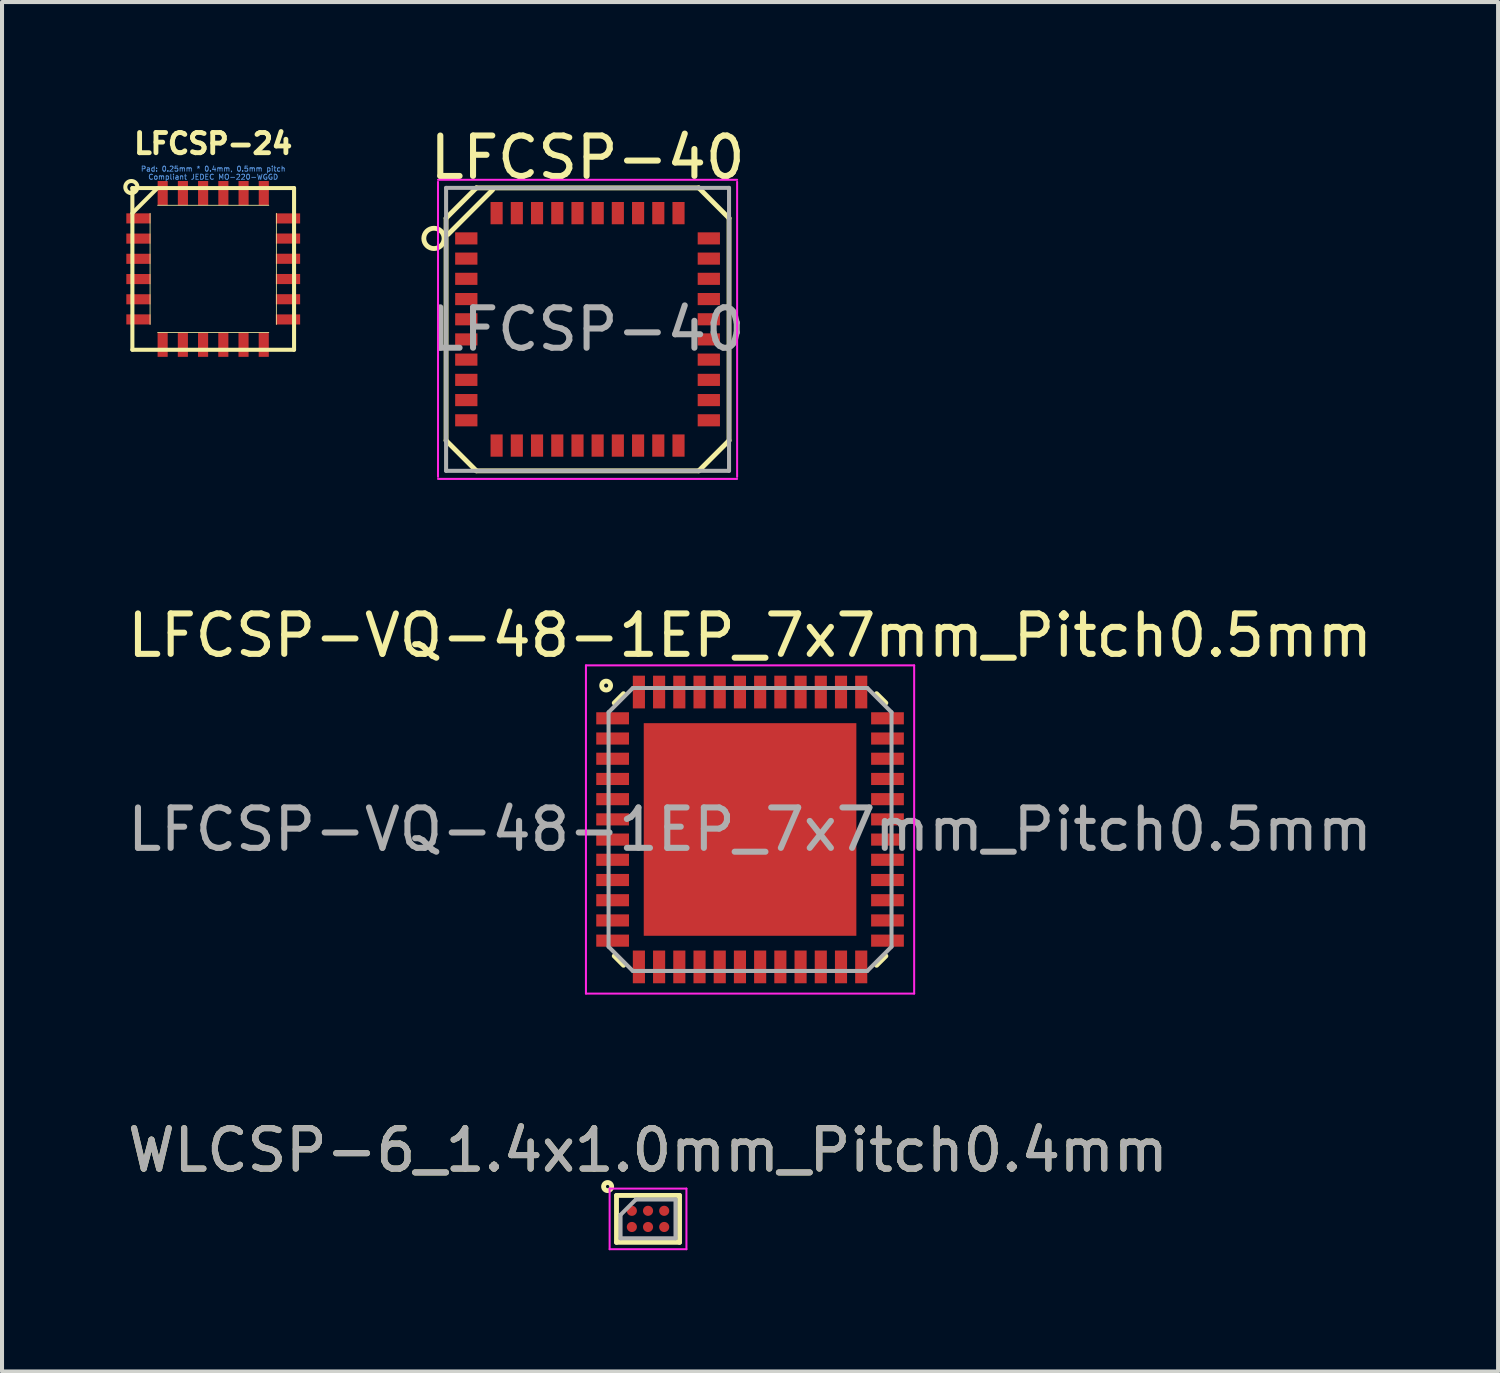
<source format=kicad_pcb>
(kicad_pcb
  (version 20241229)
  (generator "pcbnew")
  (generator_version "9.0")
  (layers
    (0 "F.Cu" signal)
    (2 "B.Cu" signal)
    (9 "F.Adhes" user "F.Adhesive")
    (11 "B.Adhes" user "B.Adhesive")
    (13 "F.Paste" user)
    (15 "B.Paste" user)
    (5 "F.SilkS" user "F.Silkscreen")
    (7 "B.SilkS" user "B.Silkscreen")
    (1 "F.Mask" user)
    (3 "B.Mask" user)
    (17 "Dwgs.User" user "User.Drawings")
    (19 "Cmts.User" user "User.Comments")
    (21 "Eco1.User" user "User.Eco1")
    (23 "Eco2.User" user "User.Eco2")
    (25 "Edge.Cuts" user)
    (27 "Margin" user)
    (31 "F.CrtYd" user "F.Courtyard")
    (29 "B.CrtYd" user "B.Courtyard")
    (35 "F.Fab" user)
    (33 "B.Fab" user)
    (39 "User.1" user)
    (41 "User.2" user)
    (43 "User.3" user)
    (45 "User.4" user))
  (footprint "LFCSP-24"
    (layer "F.Cu")
    (at 2.225 3.603)
    (property "Reference" "LFCSP-24" (at 0 -3.1 0) (layer "F.SilkS") (effects (font (size 0.5 0.5) (thickness 0.12))))
    (attr smd)
    (fp_line (start -2 -2) (end -2 2) (stroke (width 0.1) (type solid)) (layer "F.SilkS"))
    (fp_line (start -2 -2) (end 2 -2) (stroke (width 0.1) (type solid)) (layer "F.SilkS"))
    (fp_line (start -2 -1.38) (end -1.38 -2) (stroke (width 0.1) (type solid)) (layer "F.SilkS"))
    (fp_line (start -2 2) (end 2 2) (stroke (width 0.1) (type solid)) (layer "F.SilkS"))
    (fp_line (start -1.562 1.375) (end -1.562 -1.375) (stroke (width 0.02) (type solid)) (layer "F.SilkS"))
    (fp_line (start -1.375 -1.575) (end 1.375 -1.575) (stroke (width 0.02) (type solid)) (layer "F.SilkS"))
    (fp_line (start 1.375 1.575) (end -1.375 1.575) (stroke (width 0.02) (type solid)) (layer "F.SilkS"))
    (fp_line (start 1.562 -1.375) (end 1.562 1.375) (stroke (width 0.02) (type solid)) (layer "F.SilkS"))
    (fp_line (start 2 -2) (end 2 2) (stroke (width 0.1) (type solid)) (layer "F.SilkS"))
    (fp_circle (center -2.025 -2.025) (end -2.175 -2.025) (stroke (width 0.1) (type solid)) (fill no) (layer "F.SilkS"))
    (fp_text user "Pad: 0.25mm * 0.4mm, 0.5mm pitch" (at 0 -2.475 0) (layer "Cmts.User") (effects (font (size 0.127 0.127) (thickness 0.02))))
    (fp_text user "Compliant JEDEC MO-220-WGGD" (at 0 -2.275 0) (layer "Cmts.User") (effects (font (size 0.127 0.127) (thickness 0.02))))
    (pad "1" smd rect (at -1.85 -1.25 270) (size 0.25 0.6) (layers "F.Cu" "F.Mask" "F.Paste"))
    (pad "2" smd rect (at -1.85 -0.75 270) (size 0.25 0.6) (layers "F.Cu" "F.Mask" "F.Paste"))
    (pad "3" smd rect (at -1.85 -0.25 270) (size 0.25 0.6) (layers "F.Cu" "F.Mask" "F.Paste"))
    (pad "4" smd rect (at -1.85 0.251 270) (size 0.25 0.6) (layers "F.Cu" "F.Mask" "F.Paste"))
    (pad "5" smd rect (at -1.85 0.751 270) (size 0.25 0.6) (layers "F.Cu" "F.Mask" "F.Paste"))
    (pad "6" smd rect (at -1.85 1.249 270) (size 0.25 0.6) (layers "F.Cu" "F.Mask" "F.Paste"))
    (pad "7" smd rect (at -1.251 1.875 180) (size 0.25 0.6) (layers "F.Cu" "F.Mask" "F.Paste"))
    (pad "8" smd rect (at -0.751 1.875 180) (size 0.25 0.6) (layers "F.Cu" "F.Mask" "F.Paste"))
    (pad "9" smd rect (at -0.251 1.875 180) (size 0.25 0.6) (layers "F.Cu" "F.Mask" "F.Paste"))
    (pad "10" smd rect (at 0.25 1.875 180) (size 0.25 0.6) (layers "F.Cu" "F.Mask" "F.Paste"))
    (pad "11" smd rect (at 0.75 1.875 180) (size 0.25 0.6) (layers "F.Cu" "F.Mask" "F.Paste"))
    (pad "12" smd rect (at 1.25 1.875 180) (size 0.25 0.6) (layers "F.Cu" "F.Mask" "F.Paste"))
    (pad "13" smd rect (at 1.85 1.25 90) (size 0.25 0.6) (layers "F.Cu" "F.Mask" "F.Paste"))
    (pad "14" smd rect (at 1.85 0.75 90) (size 0.25 0.6) (layers "F.Cu" "F.Mask" "F.Paste"))
    (pad "15" smd rect (at 1.85 0.25 90) (size 0.25 0.6) (layers "F.Cu" "F.Mask" "F.Paste"))
    (pad "16" smd rect (at 1.85 -0.251 90) (size 0.25 0.6) (layers "F.Cu" "F.Mask" "F.Paste"))
    (pad "17" smd rect (at 1.85 -0.751 90) (size 0.25 0.6) (layers "F.Cu" "F.Mask" "F.Paste"))
    (pad "18" smd rect (at 1.85 -1.249 90) (size 0.25 0.6) (layers "F.Cu" "F.Mask" "F.Paste"))
    (pad "19" smd rect (at 1.251 -1.875) (size 0.25 0.6) (layers "F.Cu" "F.Mask" "F.Paste"))
    (pad "20" smd rect (at 0.751 -1.875) (size 0.25 0.6) (layers "F.Cu" "F.Mask" "F.Paste"))
    (pad "21" smd rect (at 0.251 -1.875) (size 0.25 0.6) (layers "F.Cu" "F.Mask" "F.Paste"))
    (pad "22" smd rect (at -0.25 -1.875) (size 0.25 0.6) (layers "F.Cu" "F.Mask" "F.Paste"))
    (pad "23" smd rect (at -0.75 -1.875) (size 0.25 0.6) (layers "F.Cu" "F.Mask" "F.Paste"))
    (pad "24" smd rect (at -1.25 -1.875) (size 0.25 0.6) (layers "F.Cu" "F.Mask" "F.Paste")))
  (footprint "WLCSP-6_1.4x1.0mm_Pitch0.4mm"
    (layer "F.Cu")
    (at 12.982 27.105)
    (property "Reference" "WLCSP-6_1.4x1.0mm_Pitch0.4mm" (at 0 -1.7 0) (layer "F.SilkS") (effects (font (size 1 1) (thickness 0.15))))
    (attr smd)
    (fp_line (start -0.78 -0.58) (end 0.78 -0.58) (stroke (width 0.12) (type solid)) (layer "F.SilkS"))
    (fp_line (start -0.78 0.58) (end -0.78 -0.58) (stroke (width 0.12) (type solid)) (layer "F.SilkS"))
    (fp_line (start 0.78 -0.58) (end 0.78 0.58) (stroke (width 0.12) (type solid)) (layer "F.SilkS"))
    (fp_line (start 0.78 0.58) (end -0.78 0.58) (stroke (width 0.12) (type solid)) (layer "F.SilkS"))
    (fp_circle (center -1 -0.8) (end -0.9 -0.8) (stroke (width 0.12) (type solid)) (fill no) (layer "F.SilkS"))
    (fp_line (start -0.95 -0.75) (end 0.95 -0.75) (stroke (width 0.05) (type solid)) (layer "F.CrtYd"))
    (fp_line (start -0.95 0.75) (end -0.95 -0.75) (stroke (width 0.05) (type solid)) (layer "F.CrtYd"))
    (fp_line (start 0.95 -0.75) (end 0.95 0.75) (stroke (width 0.05) (type solid)) (layer "F.CrtYd"))
    (fp_line (start 0.95 0.75) (end -0.95 0.75) (stroke (width 0.05) (type solid)) (layer "F.CrtYd"))
    (fp_line (start -0.68 -0.1) (end -0.3 -0.48) (stroke (width 0.1) (type solid)) (layer "F.Fab"))
    (fp_line (start -0.68 0.48) (end -0.68 -0.1) (stroke (width 0.1) (type solid)) (layer "F.Fab"))
    (fp_line (start -0.3 -0.48) (end 0.68 -0.48) (stroke (width 0.1) (type solid)) (layer "F.Fab"))
    (fp_line (start 0.68 -0.48) (end 0.68 0.48) (stroke (width 0.1) (type solid)) (layer "F.Fab"))
    (fp_line (start 0.68 0.48) (end -0.68 0.48) (stroke (width 0.1) (type solid)) (layer "F.Fab"))
    (fp_text user "${REFERENCE}" (at 0 -1.7 0) (layer "F.Fab") (effects (font (size 1 1) (thickness 0.15))))
    (pad "A1" smd circle (at -0.4 -0.2 90) (size 0.25 0.25) (layers "F.Cu" "F.Mask" "F.Paste"))
    (pad "A2" smd circle (at -0.4 0.2 90) (size 0.25 0.25) (layers "F.Cu" "F.Mask" "F.Paste"))
    (pad "B1" smd circle (at 0 -0.2 90) (size 0.25 0.25) (layers "F.Cu" "F.Mask" "F.Paste"))
    (pad "B2" smd circle (at 0 0.2 90) (size 0.25 0.25) (layers "F.Cu" "F.Mask" "F.Paste"))
    (pad "C1" smd circle (at 0.4 -0.2 90) (size 0.25 0.25) (layers "F.Cu" "F.Mask" "F.Paste"))
    (pad "C2" smd circle (at 0.4 0.2 90) (size 0.25 0.25) (layers "F.Cu" "F.Mask" "F.Paste")))
  (footprint "LFCSP-40"
    (layer "F.Cu")
    (at 11.486 5.098)
    (property "Reference" "LFCSP-40" (at 0 -4.25 0) (layer "F.SilkS") (effects (font (size 1 1) (thickness 0.15))))
    (attr smd)
    (fp_line (start -3.5 -2.751) (end -2.751 -3.5) (stroke (width 0.12) (type solid)) (layer "F.SilkS"))
    (fp_line (start -3.5 2.751) (end -3.5 -2.751) (stroke (width 0.12) (type solid)) (layer "F.SilkS"))
    (fp_line (start -3.45 -2.35) (end -2.35 -3.45) (stroke (width 0.12) (type solid)) (layer "F.SilkS"))
    (fp_line (start -2.751 -3.5) (end 2.751 -3.5) (stroke (width 0.12) (type solid)) (layer "F.SilkS"))
    (fp_line (start -2.751 3.5) (end -3.5 2.751) (stroke (width 0.12) (type solid)) (layer "F.SilkS"))
    (fp_line (start 2.751 -3.5) (end 3.5 -2.751) (stroke (width 0.12) (type solid)) (layer "F.SilkS"))
    (fp_line (start 2.751 3.5) (end -2.751 3.5) (stroke (width 0.12) (type solid)) (layer "F.SilkS"))
    (fp_line (start 2.751 3.5) (end 3.5 2.751) (stroke (width 0.12) (type solid)) (layer "F.SilkS"))
    (fp_line (start 3.5 -2.751) (end 3.5 2.751) (stroke (width 0.12) (type solid)) (layer "F.SilkS"))
    (fp_circle (center -3.8 -2.25) (end -4.051 -2.25) (stroke (width 0.12) (type solid)) (fill no) (layer "F.SilkS"))
    (fp_line (start -3.7 -3.7) (end 3.7 -3.7) (stroke (width 0.05) (type solid)) (layer "F.CrtYd"))
    (fp_line (start -3.7 3.65) (end -3.7 -3.65) (stroke (width 0.05) (type solid)) (layer "F.CrtYd"))
    (fp_line (start 3.7 -3.65) (end 3.7 3.65) (stroke (width 0.05) (type solid)) (layer "F.CrtYd"))
    (fp_line (start 3.7 3.7) (end -3.7 3.7) (stroke (width 0.05) (type solid)) (layer "F.CrtYd"))
    (fp_line (start -3.5 -3.5) (end 3.5 -3.5) (stroke (width 0.1) (type solid)) (layer "F.Fab"))
    (fp_line (start -3.5 3.5) (end -3.5 -3.5) (stroke (width 0.1) (type solid)) (layer "F.Fab"))
    (fp_line (start 3.5 -3.5) (end 3.5 3.5) (stroke (width 0.1) (type solid)) (layer "F.Fab"))
    (fp_line (start 3.5 3.5) (end -3.5 3.5) (stroke (width 0.1) (type solid)) (layer "F.Fab"))
    (fp_text user "${REFERENCE}" (at 0 0 0) (layer "F.Fab") (effects (font (size 1 1) (thickness 0.15))))
    (pad "1" smd rect (at -3 -2.25 270) (size 0.3 0.551) (layers "F.Cu" "F.Mask" "F.Paste"))
    (pad "2" smd rect (at -3 -1.75 270) (size 0.3 0.551) (layers "F.Cu" "F.Mask" "F.Paste"))
    (pad "3" smd rect (at -3 -1.25 270) (size 0.3 0.551) (layers "F.Cu" "F.Mask" "F.Paste"))
    (pad "4" smd rect (at -3 -0.749 270) (size 0.3 0.551) (layers "F.Cu" "F.Mask" "F.Paste"))
    (pad "5" smd rect (at -3 -0.249 270) (size 0.3 0.551) (layers "F.Cu" "F.Mask" "F.Paste"))
    (pad "6" smd rect (at -3 0.249 270) (size 0.3 0.551) (layers "F.Cu" "F.Mask" "F.Paste"))
    (pad "7" smd rect (at -3 0.749 270) (size 0.3 0.551) (layers "F.Cu" "F.Mask" "F.Paste"))
    (pad "8" smd rect (at -3 1.25 270) (size 0.3 0.551) (layers "F.Cu" "F.Mask" "F.Paste"))
    (pad "9" smd rect (at -3 1.75 270) (size 0.3 0.551) (layers "F.Cu" "F.Mask" "F.Paste"))
    (pad "10" smd rect (at -3 2.25 270) (size 0.3 0.551) (layers "F.Cu" "F.Mask" "F.Paste"))
    (pad "11" smd rect (at -2.25 2.875) (size 0.3 0.551) (layers "F.Cu" "F.Mask" "F.Paste"))
    (pad "12" smd rect (at -1.75 2.875) (size 0.3 0.551) (layers "F.Cu" "F.Mask" "F.Paste"))
    (pad "13" smd rect (at -1.25 2.875) (size 0.3 0.551) (layers "F.Cu" "F.Mask" "F.Paste"))
    (pad "14" smd rect (at -0.749 2.875) (size 0.3 0.551) (layers "F.Cu" "F.Mask" "F.Paste"))
    (pad "15" smd rect (at -0.249 2.875) (size 0.3 0.551) (layers "F.Cu" "F.Mask" "F.Paste"))
    (pad "16" smd rect (at 0.249 2.875) (size 0.3 0.551) (layers "F.Cu" "F.Mask" "F.Paste"))
    (pad "17" smd rect (at 0.749 2.875) (size 0.3 0.551) (layers "F.Cu" "F.Mask" "F.Paste"))
    (pad "18" smd rect (at 1.25 2.875) (size 0.3 0.551) (layers "F.Cu" "F.Mask" "F.Paste"))
    (pad "19" smd rect (at 1.75 2.875) (size 0.3 0.551) (layers "F.Cu" "F.Mask" "F.Paste"))
    (pad "20" smd rect (at 2.25 2.875) (size 0.3 0.551) (layers "F.Cu" "F.Mask" "F.Paste"))
    (pad "21" smd rect (at 3 2.25 270) (size 0.3 0.551) (layers "F.Cu" "F.Mask" "F.Paste"))
    (pad "22" smd rect (at 3 1.75 270) (size 0.3 0.551) (layers "F.Cu" "F.Mask" "F.Paste"))
    (pad "23" smd rect (at 3 1.25 270) (size 0.3 0.551) (layers "F.Cu" "F.Mask" "F.Paste"))
    (pad "24" smd rect (at 3 0.749 270) (size 0.3 0.551) (layers "F.Cu" "F.Mask" "F.Paste"))
    (pad "25" smd rect (at 3 0.249 270) (size 0.3 0.551) (layers "F.Cu" "F.Mask" "F.Paste"))
    (pad "26" smd rect (at 3 -0.249 270) (size 0.3 0.551) (layers "F.Cu" "F.Mask" "F.Paste"))
    (pad "27" smd rect (at 3 -0.749 270) (size 0.3 0.551) (layers "F.Cu" "F.Mask" "F.Paste"))
    (pad "28" smd rect (at 3 -1.25 270) (size 0.3 0.551) (layers "F.Cu" "F.Mask" "F.Paste"))
    (pad "29" smd rect (at 3 -1.75 270) (size 0.3 0.551) (layers "F.Cu" "F.Mask" "F.Paste"))
    (pad "30" smd rect (at 3 -2.25 270) (size 0.3 0.551) (layers "F.Cu" "F.Mask" "F.Paste"))
    (pad "31" smd rect (at 2.25 -2.875) (size 0.3 0.551) (layers "F.Cu" "F.Mask" "F.Paste"))
    (pad "32" smd rect (at 1.75 -2.875) (size 0.3 0.551) (layers "F.Cu" "F.Mask" "F.Paste"))
    (pad "33" smd rect (at 1.25 -2.875) (size 0.3 0.551) (layers "F.Cu" "F.Mask" "F.Paste"))
    (pad "34" smd rect (at 0.749 -2.875) (size 0.3 0.551) (layers "F.Cu" "F.Mask" "F.Paste"))
    (pad "35" smd rect (at 0.251 -2.875) (size 0.3 0.551) (layers "F.Cu" "F.Mask" "F.Paste"))
    (pad "36" smd rect (at -0.249 -2.875) (size 0.3 0.551) (layers "F.Cu" "F.Mask" "F.Paste"))
    (pad "37" smd rect (at -0.749 -2.875) (size 0.3 0.551) (layers "F.Cu" "F.Mask" "F.Paste"))
    (pad "38" smd rect (at -1.25 -2.875) (size 0.3 0.551) (layers "F.Cu" "F.Mask" "F.Paste"))
    (pad "39" smd rect (at -1.75 -2.875) (size 0.3 0.551) (layers "F.Cu" "F.Mask" "F.Paste"))
    (pad "40" smd rect (at -2.25 -2.875) (size 0.3 0.551) (layers "F.Cu" "F.Mask" "F.Paste")))
  (footprint "LFCSP-VQ-48-1EP_7x7mm_Pitch0.5mm"
    (layer "F.Cu")
    (at 15.506 17.471)
    (property "Reference" "LFCSP-VQ-48-1EP_7x7mm_Pitch0.5mm" (at 0 -4.8 0) (layer "F.SilkS") (effects (font (size 1 1) (thickness 0.15))))
    (attr smd)
    (fp_line (start -3.13 -3.36) (end -3.36 -3.13) (stroke (width 0.12) (type solid)) (layer "F.SilkS"))
    (fp_line (start -3.13 3.36) (end -3.36 3.13) (stroke (width 0.12) (type solid)) (layer "F.SilkS"))
    (fp_line (start 3.13 -3.36) (end 3.36 -3.13) (stroke (width 0.12) (type solid)) (layer "F.SilkS"))
    (fp_line (start 3.13 3.36) (end 3.36 3.13) (stroke (width 0.12) (type solid)) (layer "F.SilkS"))
    (fp_circle (center -3.56 -3.56) (end -3.51 -3.56) (stroke (width 0.12) (type solid)) (fill no) (layer "F.SilkS"))
    (fp_line (start -4.06 -4.06) (end 4.06 -4.06) (stroke (width 0.05) (type solid)) (layer "F.CrtYd"))
    (fp_line (start -4.06 4.06) (end -4.06 -4.06) (stroke (width 0.05) (type solid)) (layer "F.CrtYd"))
    (fp_line (start 4.06 -4.06) (end 4.06 4.06) (stroke (width 0.05) (type solid)) (layer "F.CrtYd"))
    (fp_line (start 4.06 4.06) (end -4.06 4.06) (stroke (width 0.05) (type solid)) (layer "F.CrtYd"))
    (fp_line (start -3.5 -2.9) (end -2.9 -3.5) (stroke (width 0.1) (type solid)) (layer "F.Fab"))
    (fp_line (start -3.5 2.9) (end -3.5 -2.9) (stroke (width 0.1) (type solid)) (layer "F.Fab"))
    (fp_line (start -2.9 -3.5) (end 2.9 -3.5) (stroke (width 0.1) (type solid)) (layer "F.Fab"))
    (fp_line (start -2.9 3.5) (end -3.5 2.9) (stroke (width 0.1) (type solid)) (layer "F.Fab"))
    (fp_line (start 2.9 -3.5) (end 3.5 -2.9) (stroke (width 0.1) (type solid)) (layer "F.Fab"))
    (fp_line (start 2.9 3.5) (end -2.9 3.5) (stroke (width 0.1) (type solid)) (layer "F.Fab"))
    (fp_line (start 2.9 3.5) (end 3.5 2.9) (stroke (width 0.1) (type solid)) (layer "F.Fab"))
    (fp_line (start 3.5 -2.9) (end 3.5 2.9) (stroke (width 0.1) (type solid)) (layer "F.Fab"))
    (fp_text user "${REFERENCE}" (at 0 0 0) (layer "F.Fab") (effects (font (size 1 1) (thickness 0.15))))
    (pad "1" smd rect (at -3.4 -2.75) (size 0.81 0.3) (layers "F.Cu" "F.Mask" "F.Paste"))
    (pad "2" smd rect (at -3.4 -2.25) (size 0.81 0.3) (layers "F.Cu" "F.Mask" "F.Paste"))
    (pad "3" smd rect (at -3.4 -1.75) (size 0.81 0.3) (layers "F.Cu" "F.Mask" "F.Paste"))
    (pad "4" smd rect (at -3.4 -1.25) (size 0.81 0.3) (layers "F.Cu" "F.Mask" "F.Paste"))
    (pad "5" smd rect (at -3.4 -0.75) (size 0.81 0.3) (layers "F.Cu" "F.Mask" "F.Paste"))
    (pad "6" smd rect (at -3.4 -0.25) (size 0.81 0.3) (layers "F.Cu" "F.Mask" "F.Paste"))
    (pad "7" smd rect (at -3.4 0.25) (size 0.81 0.3) (layers "F.Cu" "F.Mask" "F.Paste"))
    (pad "8" smd rect (at -3.4 0.75) (size 0.81 0.3) (layers "F.Cu" "F.Mask" "F.Paste"))
    (pad "9" smd rect (at -3.4 1.25) (size 0.81 0.3) (layers "F.Cu" "F.Mask" "F.Paste"))
    (pad "10" smd rect (at -3.4 1.75) (size 0.81 0.3) (layers "F.Cu" "F.Mask" "F.Paste"))
    (pad "11" smd rect (at -3.4 2.25) (size 0.81 0.3) (layers "F.Cu" "F.Mask" "F.Paste"))
    (pad "12" smd rect (at -3.4 2.75) (size 0.81 0.3) (layers "F.Cu" "F.Mask" "F.Paste"))
    (pad "13" smd rect (at -2.75 3.4) (size 0.3 0.81) (layers "F.Cu" "F.Mask" "F.Paste"))
    (pad "14" smd rect (at -2.25 3.4) (size 0.3 0.81) (layers "F.Cu" "F.Mask" "F.Paste"))
    (pad "15" smd rect (at -1.75 3.4) (size 0.3 0.81) (layers "F.Cu" "F.Mask" "F.Paste"))
    (pad "16" smd rect (at -1.25 3.4) (size 0.3 0.81) (layers "F.Cu" "F.Mask" "F.Paste"))
    (pad "17" smd rect (at -0.75 3.4) (size 0.3 0.81) (layers "F.Cu" "F.Mask" "F.Paste"))
    (pad "18" smd rect (at -0.25 3.4) (size 0.3 0.81) (layers "F.Cu" "F.Mask" "F.Paste"))
    (pad "19" smd rect (at 0.25 3.4) (size 0.3 0.81) (layers "F.Cu" "F.Mask" "F.Paste"))
    (pad "20" smd rect (at 0.75 3.4) (size 0.3 0.81) (layers "F.Cu" "F.Mask" "F.Paste"))
    (pad "21" smd rect (at 1.25 3.4) (size 0.3 0.81) (layers "F.Cu" "F.Mask" "F.Paste"))
    (pad "22" smd rect (at 1.75 3.4) (size 0.3 0.81) (layers "F.Cu" "F.Mask" "F.Paste"))
    (pad "23" smd rect (at 2.25 3.4) (size 0.3 0.81) (layers "F.Cu" "F.Mask" "F.Paste"))
    (pad "24" smd rect (at 2.75 3.4) (size 0.3 0.81) (layers "F.Cu" "F.Mask" "F.Paste"))
    (pad "25" smd rect (at 3.4 2.75) (size 0.81 0.3) (layers "F.Cu" "F.Mask" "F.Paste"))
    (pad "26" smd rect (at 3.4 2.25) (size 0.81 0.3) (layers "F.Cu" "F.Mask" "F.Paste"))
    (pad "27" smd rect (at 3.4 1.75) (size 0.81 0.3) (layers "F.Cu" "F.Mask" "F.Paste"))
    (pad "28" smd rect (at 3.4 1.25) (size 0.81 0.3) (layers "F.Cu" "F.Mask" "F.Paste"))
    (pad "29" smd rect (at 3.4 0.75) (size 0.81 0.3) (layers "F.Cu" "F.Mask" "F.Paste"))
    (pad "30" smd rect (at 3.4 0.25) (size 0.81 0.3) (layers "F.Cu" "F.Mask" "F.Paste"))
    (pad "31" smd rect (at 3.4 -0.25) (size 0.81 0.3) (layers "F.Cu" "F.Mask" "F.Paste"))
    (pad "32" smd rect (at 3.4 -0.75) (size 0.81 0.3) (layers "F.Cu" "F.Mask" "F.Paste"))
    (pad "33" smd rect (at 3.4 -1.25) (size 0.81 0.3) (layers "F.Cu" "F.Mask" "F.Paste"))
    (pad "34" smd rect (at 3.4 -1.75) (size 0.81 0.3) (layers "F.Cu" "F.Mask" "F.Paste"))
    (pad "35" smd rect (at 3.4 -2.25) (size 0.81 0.3) (layers "F.Cu" "F.Mask" "F.Paste"))
    (pad "36" smd rect (at 3.4 -2.75) (size 0.81 0.3) (layers "F.Cu" "F.Mask" "F.Paste"))
    (pad "37" smd rect (at 2.75 -3.4) (size 0.3 0.81) (layers "F.Cu" "F.Mask" "F.Paste"))
    (pad "38" smd rect (at 2.25 -3.4) (size 0.3 0.81) (layers "F.Cu" "F.Mask" "F.Paste"))
    (pad "39" smd rect (at 1.75 -3.4) (size 0.3 0.81) (layers "F.Cu" "F.Mask" "F.Paste"))
    (pad "40" smd rect (at 1.25 -3.4) (size 0.3 0.81) (layers "F.Cu" "F.Mask" "F.Paste"))
    (pad "41" smd rect (at 0.75 -3.4) (size 0.3 0.81) (layers "F.Cu" "F.Mask" "F.Paste"))
    (pad "42" smd rect (at 0.25 -3.4) (size 0.3 0.81) (layers "F.Cu" "F.Mask" "F.Paste"))
    (pad "43" smd rect (at -0.25 -3.4) (size 0.3 0.81) (layers "F.Cu" "F.Mask" "F.Paste"))
    (pad "44" smd rect (at -0.75 -3.4) (size 0.3 0.81) (layers "F.Cu" "F.Mask" "F.Paste"))
    (pad "45" smd rect (at -1.25 -3.4) (size 0.3 0.81) (layers "F.Cu" "F.Mask" "F.Paste"))
    (pad "46" smd rect (at -1.75 -3.4) (size 0.3 0.81) (layers "F.Cu" "F.Mask" "F.Paste"))
    (pad "47" smd rect (at -2.25 -3.4) (size 0.3 0.81) (layers "F.Cu" "F.Mask" "F.Paste"))
    (pad "48" smd rect (at -2.75 -3.4) (size 0.3 0.81) (layers "F.Cu" "F.Mask" "F.Paste"))
    (pad "49" smd rect (at 0 0) (size 5.26 5.26) (layers "F.Cu" "F.Mask" "F.Paste")))
  (gr_rect
    (start -3 -3)
    (end 34.012 30.88)
    (stroke (width 0.1) (type default))
    (fill no)
    (layer "Edge.Cuts")))
</source>
